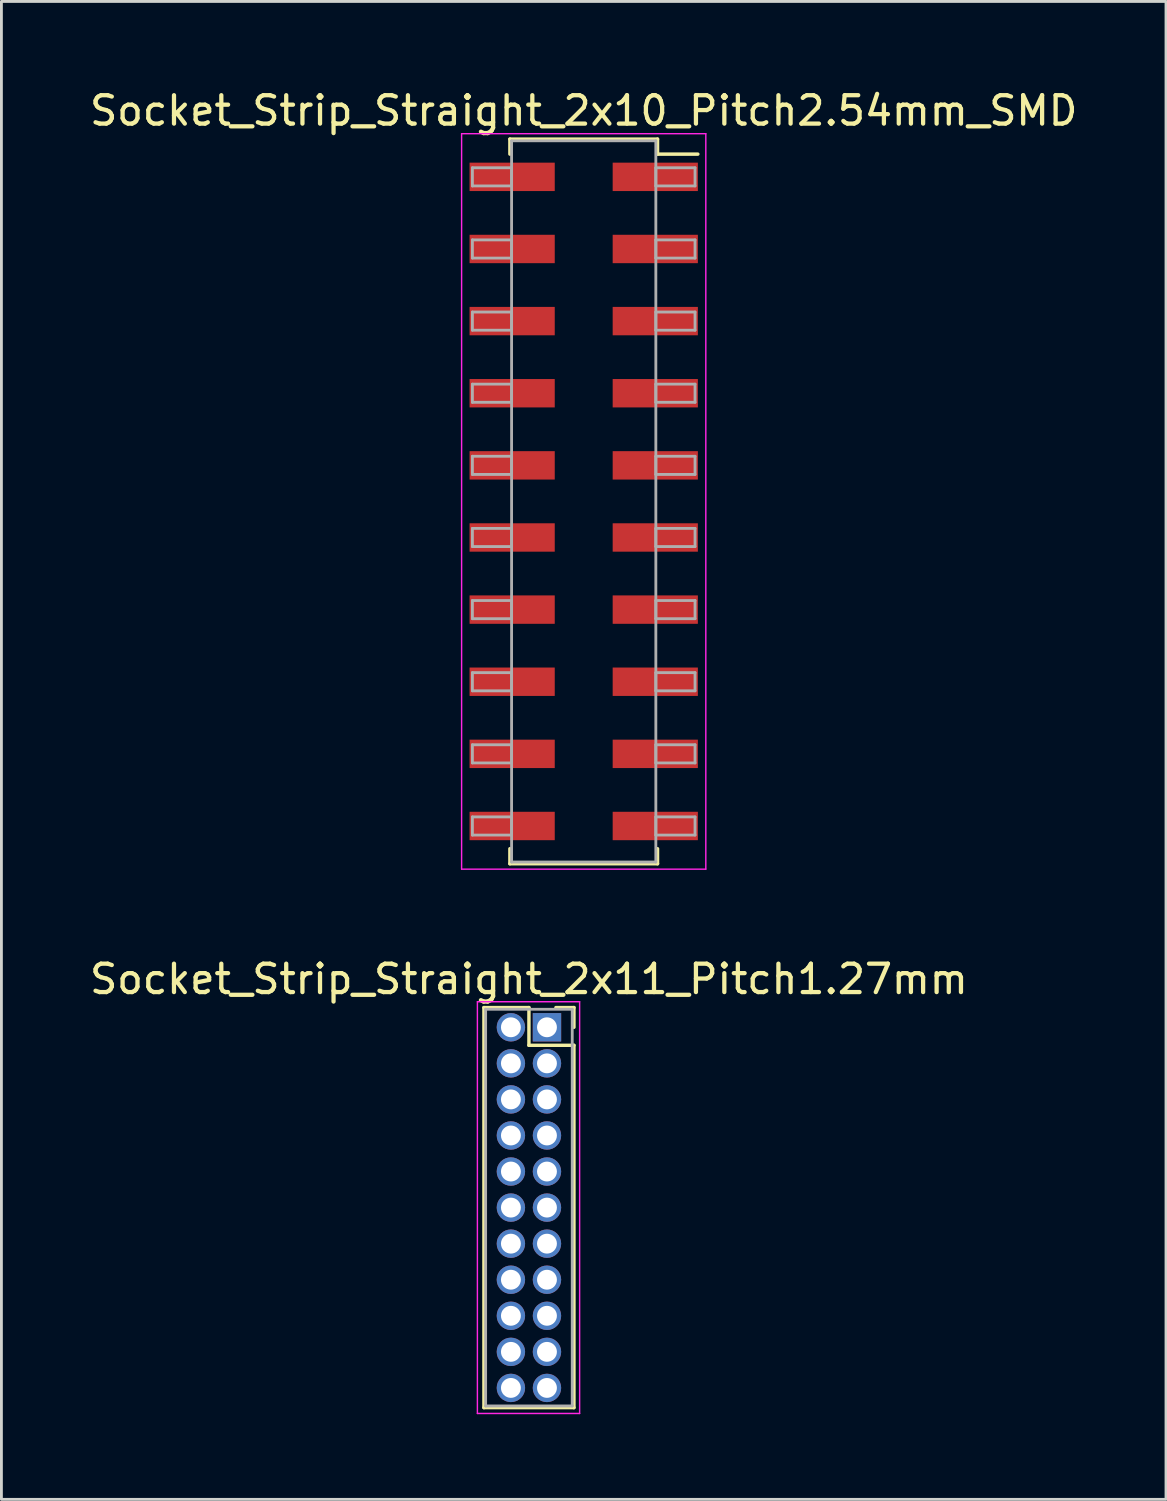
<source format=kicad_pcb>
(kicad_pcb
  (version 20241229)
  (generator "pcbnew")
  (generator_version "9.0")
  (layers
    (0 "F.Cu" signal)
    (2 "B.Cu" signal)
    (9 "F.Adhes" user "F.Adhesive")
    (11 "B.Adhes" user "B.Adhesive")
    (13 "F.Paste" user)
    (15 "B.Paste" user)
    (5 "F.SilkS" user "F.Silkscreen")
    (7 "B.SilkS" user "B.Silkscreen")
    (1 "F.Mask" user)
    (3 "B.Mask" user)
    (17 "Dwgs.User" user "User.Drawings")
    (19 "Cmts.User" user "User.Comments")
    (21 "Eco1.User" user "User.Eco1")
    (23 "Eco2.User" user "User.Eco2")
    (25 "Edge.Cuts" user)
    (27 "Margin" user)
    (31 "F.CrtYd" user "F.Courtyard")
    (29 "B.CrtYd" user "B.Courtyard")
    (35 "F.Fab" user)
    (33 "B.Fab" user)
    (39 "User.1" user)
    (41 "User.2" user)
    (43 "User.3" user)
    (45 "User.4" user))
  (footprint "Socket_Strip_Straight_2x11_Pitch1.27mm"
    (layer "F.Cu")
    (at 16.212 33.127)
    (property "Reference" "Socket_Strip_Straight_2x11_Pitch1.27mm" (at -0.635 -1.695 0) (layer "F.SilkS") (effects (font (size 1 1) (thickness 0.15))))
    (attr through_hole)
    (fp_line (start -2.22 -0.695) (end -0.635 -0.695) (stroke (width 0.12) (type solid)) (layer "F.SilkS"))
    (fp_line (start -2.22 13.395) (end -2.22 -0.695) (stroke (width 0.12) (type solid)) (layer "F.SilkS"))
    (fp_line (start -0.635 -0.695) (end -0.635 0.635) (stroke (width 0.12) (type solid)) (layer "F.SilkS"))
    (fp_line (start -0.635 0.635) (end 0.95 0.635) (stroke (width 0.12) (type solid)) (layer "F.SilkS"))
    (fp_line (start 0.95 -0.695) (end 0.315 -0.695) (stroke (width 0.12) (type solid)) (layer "F.SilkS"))
    (fp_line (start 0.95 0) (end 0.95 -0.695) (stroke (width 0.12) (type solid)) (layer "F.SilkS"))
    (fp_line (start 0.95 0.635) (end 0.95 13.395) (stroke (width 0.12) (type solid)) (layer "F.SilkS"))
    (fp_line (start 0.95 13.395) (end -2.22 13.395) (stroke (width 0.12) (type solid)) (layer "F.SilkS"))
    (fp_line (start -2.45 -0.9) (end -2.45 13.6) (stroke (width 0.05) (type solid)) (layer "F.CrtYd"))
    (fp_line (start -2.45 13.6) (end 1.15 13.6) (stroke (width 0.05) (type solid)) (layer "F.CrtYd"))
    (fp_line (start 1.15 -0.9) (end -2.45 -0.9) (stroke (width 0.05) (type solid)) (layer "F.CrtYd"))
    (fp_line (start 1.15 13.6) (end 1.15 -0.9) (stroke (width 0.05) (type solid)) (layer "F.CrtYd"))
    (fp_line (start -2.16 -0.635) (end -2.16 13.335) (stroke (width 0.1) (type solid)) (layer "F.Fab"))
    (fp_line (start -2.16 13.335) (end 0.89 13.335) (stroke (width 0.1) (type solid)) (layer "F.Fab"))
    (fp_line (start 0.89 -0.635) (end -2.16 -0.635) (stroke (width 0.1) (type solid)) (layer "F.Fab"))
    (fp_line (start 0.89 13.335) (end 0.89 -0.635) (stroke (width 0.1) (type solid)) (layer "F.Fab"))
    (pad "1" thru_hole rect (at 0 0) (size 1 1) (drill 0.7) (layers "*.Cu" "*.Mask"))
    (pad "2" thru_hole oval (at -1.27 0) (size 1 1) (drill 0.7) (layers "*.Cu" "*.Mask"))
    (pad "3" thru_hole oval (at 0 1.27) (size 1 1) (drill 0.7) (layers "*.Cu" "*.Mask"))
    (pad "4" thru_hole oval (at -1.27 1.27) (size 1 1) (drill 0.7) (layers "*.Cu" "*.Mask"))
    (pad "5" thru_hole oval (at 0 2.54) (size 1 1) (drill 0.7) (layers "*.Cu" "*.Mask"))
    (pad "6" thru_hole oval (at -1.27 2.54) (size 1 1) (drill 0.7) (layers "*.Cu" "*.Mask"))
    (pad "7" thru_hole oval (at 0 3.81) (size 1 1) (drill 0.7) (layers "*.Cu" "*.Mask"))
    (pad "8" thru_hole oval (at -1.27 3.81) (size 1 1) (drill 0.7) (layers "*.Cu" "*.Mask"))
    (pad "9" thru_hole oval (at 0 5.08) (size 1 1) (drill 0.7) (layers "*.Cu" "*.Mask"))
    (pad "10" thru_hole oval (at -1.27 5.08) (size 1 1) (drill 0.7) (layers "*.Cu" "*.Mask"))
    (pad "11" thru_hole oval (at 0 6.35) (size 1 1) (drill 0.7) (layers "*.Cu" "*.Mask"))
    (pad "12" thru_hole oval (at -1.27 6.35) (size 1 1) (drill 0.7) (layers "*.Cu" "*.Mask"))
    (pad "13" thru_hole oval (at 0 7.62) (size 1 1) (drill 0.7) (layers "*.Cu" "*.Mask"))
    (pad "14" thru_hole oval (at -1.27 7.62) (size 1 1) (drill 0.7) (layers "*.Cu" "*.Mask"))
    (pad "15" thru_hole oval (at 0 8.89) (size 1 1) (drill 0.7) (layers "*.Cu" "*.Mask"))
    (pad "16" thru_hole oval (at -1.27 8.89) (size 1 1) (drill 0.7) (layers "*.Cu" "*.Mask"))
    (pad "17" thru_hole oval (at 0 10.16) (size 1 1) (drill 0.7) (layers "*.Cu" "*.Mask"))
    (pad "18" thru_hole oval (at -1.27 10.16) (size 1 1) (drill 0.7) (layers "*.Cu" "*.Mask"))
    (pad "19" thru_hole oval (at 0 11.43) (size 1 1) (drill 0.7) (layers "*.Cu" "*.Mask"))
    (pad "20" thru_hole oval (at -1.27 11.43) (size 1 1) (drill 0.7) (layers "*.Cu" "*.Mask"))
    (pad "21" thru_hole oval (at 0 12.7) (size 1 1) (drill 0.7) (layers "*.Cu" "*.Mask"))
    (pad "22" thru_hole oval (at -1.27 12.7) (size 1 1) (drill 0.7) (layers "*.Cu" "*.Mask")))
  (footprint "Socket_Strip_Straight_2x10_Pitch2.54mm_SMD"
    (layer "F.Cu")
    (at 17.506 14.608)
    (property "Reference" "Socket_Strip_Straight_2x10_Pitch2.54mm_SMD" (at 0 -13.76 0) (layer "F.SilkS") (effects (font (size 1 1) (thickness 0.15))))
    (attr smd)
    (fp_line (start -2.6 -12.76) (end 2.6 -12.76) (stroke (width 0.12) (type solid)) (layer "F.SilkS"))
    (fp_line (start -2.6 -12.23) (end -2.6 -12.76) (stroke (width 0.12) (type solid)) (layer "F.SilkS"))
    (fp_line (start -2.6 12.23) (end -2.6 12.76) (stroke (width 0.12) (type solid)) (layer "F.SilkS"))
    (fp_line (start -2.6 12.76) (end 2.6 12.76) (stroke (width 0.12) (type solid)) (layer "F.SilkS"))
    (fp_line (start 2.6 -12.76) (end 2.6 -12.23) (stroke (width 0.12) (type solid)) (layer "F.SilkS"))
    (fp_line (start 2.6 12.76) (end 2.6 12.23) (stroke (width 0.12) (type solid)) (layer "F.SilkS"))
    (fp_line (start 4.02 -12.23) (end 2.6 -12.23) (stroke (width 0.12) (type solid)) (layer "F.SilkS"))
    (fp_line (start -4.3 -12.95) (end -4.3 12.95) (stroke (width 0.05) (type solid)) (layer "F.CrtYd"))
    (fp_line (start -4.3 12.95) (end 4.3 12.95) (stroke (width 0.05) (type solid)) (layer "F.CrtYd"))
    (fp_line (start 4.3 -12.95) (end -4.3 -12.95) (stroke (width 0.05) (type solid)) (layer "F.CrtYd"))
    (fp_line (start 4.3 12.95) (end 4.3 -12.95) (stroke (width 0.05) (type solid)) (layer "F.CrtYd"))
    (fp_line (start -3.92 -11.75) (end -2.54 -11.75) (stroke (width 0.1) (type solid)) (layer "F.Fab"))
    (fp_line (start -3.92 -11.11) (end -3.92 -11.75) (stroke (width 0.1) (type solid)) (layer "F.Fab"))
    (fp_line (start -3.92 -9.21) (end -2.54 -9.21) (stroke (width 0.1) (type solid)) (layer "F.Fab"))
    (fp_line (start -3.92 -8.57) (end -3.92 -9.21) (stroke (width 0.1) (type solid)) (layer "F.Fab"))
    (fp_line (start -3.92 -6.67) (end -2.54 -6.67) (stroke (width 0.1) (type solid)) (layer "F.Fab"))
    (fp_line (start -3.92 -6.03) (end -3.92 -6.67) (stroke (width 0.1) (type solid)) (layer "F.Fab"))
    (fp_line (start -3.92 -4.13) (end -2.54 -4.13) (stroke (width 0.1) (type solid)) (layer "F.Fab"))
    (fp_line (start -3.92 -3.49) (end -3.92 -4.13) (stroke (width 0.1) (type solid)) (layer "F.Fab"))
    (fp_line (start -3.92 -1.59) (end -2.54 -1.59) (stroke (width 0.1) (type solid)) (layer "F.Fab"))
    (fp_line (start -3.92 -0.95) (end -3.92 -1.59) (stroke (width 0.1) (type solid)) (layer "F.Fab"))
    (fp_line (start -3.92 0.95) (end -2.54 0.95) (stroke (width 0.1) (type solid)) (layer "F.Fab"))
    (fp_line (start -3.92 1.59) (end -3.92 0.95) (stroke (width 0.1) (type solid)) (layer "F.Fab"))
    (fp_line (start -3.92 3.49) (end -2.54 3.49) (stroke (width 0.1) (type solid)) (layer "F.Fab"))
    (fp_line (start -3.92 4.13) (end -3.92 3.49) (stroke (width 0.1) (type solid)) (layer "F.Fab"))
    (fp_line (start -3.92 6.03) (end -2.54 6.03) (stroke (width 0.1) (type solid)) (layer "F.Fab"))
    (fp_line (start -3.92 6.67) (end -3.92 6.03) (stroke (width 0.1) (type solid)) (layer "F.Fab"))
    (fp_line (start -3.92 8.57) (end -2.54 8.57) (stroke (width 0.1) (type solid)) (layer "F.Fab"))
    (fp_line (start -3.92 9.21) (end -3.92 8.57) (stroke (width 0.1) (type solid)) (layer "F.Fab"))
    (fp_line (start -3.92 11.11) (end -2.54 11.11) (stroke (width 0.1) (type solid)) (layer "F.Fab"))
    (fp_line (start -3.92 11.75) (end -3.92 11.11) (stroke (width 0.1) (type solid)) (layer "F.Fab"))
    (fp_line (start -2.54 -12.7) (end -2.54 12.7) (stroke (width 0.1) (type solid)) (layer "F.Fab"))
    (fp_line (start -2.54 -11.75) (end -2.54 -11.11) (stroke (width 0.1) (type solid)) (layer "F.Fab"))
    (fp_line (start -2.54 -11.11) (end -3.92 -11.11) (stroke (width 0.1) (type solid)) (layer "F.Fab"))
    (fp_line (start -2.54 -9.21) (end -2.54 -8.57) (stroke (width 0.1) (type solid)) (layer "F.Fab"))
    (fp_line (start -2.54 -8.57) (end -3.92 -8.57) (stroke (width 0.1) (type solid)) (layer "F.Fab"))
    (fp_line (start -2.54 -6.67) (end -2.54 -6.03) (stroke (width 0.1) (type solid)) (layer "F.Fab"))
    (fp_line (start -2.54 -6.03) (end -3.92 -6.03) (stroke (width 0.1) (type solid)) (layer "F.Fab"))
    (fp_line (start -2.54 -4.13) (end -2.54 -3.49) (stroke (width 0.1) (type solid)) (layer "F.Fab"))
    (fp_line (start -2.54 -3.49) (end -3.92 -3.49) (stroke (width 0.1) (type solid)) (layer "F.Fab"))
    (fp_line (start -2.54 -1.59) (end -2.54 -0.95) (stroke (width 0.1) (type solid)) (layer "F.Fab"))
    (fp_line (start -2.54 -0.95) (end -3.92 -0.95) (stroke (width 0.1) (type solid)) (layer "F.Fab"))
    (fp_line (start -2.54 0.95) (end -2.54 1.59) (stroke (width 0.1) (type solid)) (layer "F.Fab"))
    (fp_line (start -2.54 1.59) (end -3.92 1.59) (stroke (width 0.1) (type solid)) (layer "F.Fab"))
    (fp_line (start -2.54 3.49) (end -2.54 4.13) (stroke (width 0.1) (type solid)) (layer "F.Fab"))
    (fp_line (start -2.54 4.13) (end -3.92 4.13) (stroke (width 0.1) (type solid)) (layer "F.Fab"))
    (fp_line (start -2.54 6.03) (end -2.54 6.67) (stroke (width 0.1) (type solid)) (layer "F.Fab"))
    (fp_line (start -2.54 6.67) (end -3.92 6.67) (stroke (width 0.1) (type solid)) (layer "F.Fab"))
    (fp_line (start -2.54 8.57) (end -2.54 9.21) (stroke (width 0.1) (type solid)) (layer "F.Fab"))
    (fp_line (start -2.54 9.21) (end -3.92 9.21) (stroke (width 0.1) (type solid)) (layer "F.Fab"))
    (fp_line (start -2.54 11.11) (end -2.54 11.75) (stroke (width 0.1) (type solid)) (layer "F.Fab"))
    (fp_line (start -2.54 11.75) (end -3.92 11.75) (stroke (width 0.1) (type solid)) (layer "F.Fab"))
    (fp_line (start -2.54 12.7) (end 2.54 12.7) (stroke (width 0.1) (type solid)) (layer "F.Fab"))
    (fp_line (start 2.54 -12.7) (end -2.54 -12.7) (stroke (width 0.1) (type solid)) (layer "F.Fab"))
    (fp_line (start 2.54 -11.75) (end 2.54 -11.11) (stroke (width 0.1) (type solid)) (layer "F.Fab"))
    (fp_line (start 2.54 -11.11) (end 3.92 -11.11) (stroke (width 0.1) (type solid)) (layer "F.Fab"))
    (fp_line (start 2.54 -9.21) (end 2.54 -8.57) (stroke (width 0.1) (type solid)) (layer "F.Fab"))
    (fp_line (start 2.54 -8.57) (end 3.92 -8.57) (stroke (width 0.1) (type solid)) (layer "F.Fab"))
    (fp_line (start 2.54 -6.67) (end 2.54 -6.03) (stroke (width 0.1) (type solid)) (layer "F.Fab"))
    (fp_line (start 2.54 -6.03) (end 3.92 -6.03) (stroke (width 0.1) (type solid)) (layer "F.Fab"))
    (fp_line (start 2.54 -4.13) (end 2.54 -3.49) (stroke (width 0.1) (type solid)) (layer "F.Fab"))
    (fp_line (start 2.54 -3.49) (end 3.92 -3.49) (stroke (width 0.1) (type solid)) (layer "F.Fab"))
    (fp_line (start 2.54 -1.59) (end 2.54 -0.95) (stroke (width 0.1) (type solid)) (layer "F.Fab"))
    (fp_line (start 2.54 -0.95) (end 3.92 -0.95) (stroke (width 0.1) (type solid)) (layer "F.Fab"))
    (fp_line (start 2.54 0.95) (end 2.54 1.59) (stroke (width 0.1) (type solid)) (layer "F.Fab"))
    (fp_line (start 2.54 1.59) (end 3.92 1.59) (stroke (width 0.1) (type solid)) (layer "F.Fab"))
    (fp_line (start 2.54 3.49) (end 2.54 4.13) (stroke (width 0.1) (type solid)) (layer "F.Fab"))
    (fp_line (start 2.54 4.13) (end 3.92 4.13) (stroke (width 0.1) (type solid)) (layer "F.Fab"))
    (fp_line (start 2.54 6.03) (end 2.54 6.67) (stroke (width 0.1) (type solid)) (layer "F.Fab"))
    (fp_line (start 2.54 6.67) (end 3.92 6.67) (stroke (width 0.1) (type solid)) (layer "F.Fab"))
    (fp_line (start 2.54 8.57) (end 2.54 9.21) (stroke (width 0.1) (type solid)) (layer "F.Fab"))
    (fp_line (start 2.54 9.21) (end 3.92 9.21) (stroke (width 0.1) (type solid)) (layer "F.Fab"))
    (fp_line (start 2.54 11.11) (end 2.54 11.75) (stroke (width 0.1) (type solid)) (layer "F.Fab"))
    (fp_line (start 2.54 11.75) (end 3.92 11.75) (stroke (width 0.1) (type solid)) (layer "F.Fab"))
    (fp_line (start 2.54 12.7) (end 2.54 -12.7) (stroke (width 0.1) (type solid)) (layer "F.Fab"))
    (fp_line (start 3.92 -11.75) (end 2.54 -11.75) (stroke (width 0.1) (type solid)) (layer "F.Fab"))
    (fp_line (start 3.92 -11.11) (end 3.92 -11.75) (stroke (width 0.1) (type solid)) (layer "F.Fab"))
    (fp_line (start 3.92 -9.21) (end 2.54 -9.21) (stroke (width 0.1) (type solid)) (layer "F.Fab"))
    (fp_line (start 3.92 -8.57) (end 3.92 -9.21) (stroke (width 0.1) (type solid)) (layer "F.Fab"))
    (fp_line (start 3.92 -6.67) (end 2.54 -6.67) (stroke (width 0.1) (type solid)) (layer "F.Fab"))
    (fp_line (start 3.92 -6.03) (end 3.92 -6.67) (stroke (width 0.1) (type solid)) (layer "F.Fab"))
    (fp_line (start 3.92 -4.13) (end 2.54 -4.13) (stroke (width 0.1) (type solid)) (layer "F.Fab"))
    (fp_line (start 3.92 -3.49) (end 3.92 -4.13) (stroke (width 0.1) (type solid)) (layer "F.Fab"))
    (fp_line (start 3.92 -1.59) (end 2.54 -1.59) (stroke (width 0.1) (type solid)) (layer "F.Fab"))
    (fp_line (start 3.92 -0.95) (end 3.92 -1.59) (stroke (width 0.1) (type solid)) (layer "F.Fab"))
    (fp_line (start 3.92 0.95) (end 2.54 0.95) (stroke (width 0.1) (type solid)) (layer "F.Fab"))
    (fp_line (start 3.92 1.59) (end 3.92 0.95) (stroke (width 0.1) (type solid)) (layer "F.Fab"))
    (fp_line (start 3.92 3.49) (end 2.54 3.49) (stroke (width 0.1) (type solid)) (layer "F.Fab"))
    (fp_line (start 3.92 4.13) (end 3.92 3.49) (stroke (width 0.1) (type solid)) (layer "F.Fab"))
    (fp_line (start 3.92 6.03) (end 2.54 6.03) (stroke (width 0.1) (type solid)) (layer "F.Fab"))
    (fp_line (start 3.92 6.67) (end 3.92 6.03) (stroke (width 0.1) (type solid)) (layer "F.Fab"))
    (fp_line (start 3.92 8.57) (end 2.54 8.57) (stroke (width 0.1) (type solid)) (layer "F.Fab"))
    (fp_line (start 3.92 9.21) (end 3.92 8.57) (stroke (width 0.1) (type solid)) (layer "F.Fab"))
    (fp_line (start 3.92 11.11) (end 2.54 11.11) (stroke (width 0.1) (type solid)) (layer "F.Fab"))
    (fp_line (start 3.92 11.75) (end 3.92 11.11) (stroke (width 0.1) (type solid)) (layer "F.Fab"))
    (pad "1" smd rect (at 2.52 -11.43) (size 3 1) (layers "F.Cu" "F.Mask"))
    (pad "2" smd rect (at -2.52 -11.43) (size 3 1) (layers "F.Cu" "F.Mask"))
    (pad "3" smd rect (at 2.52 -8.89) (size 3 1) (layers "F.Cu" "F.Mask"))
    (pad "4" smd rect (at -2.52 -8.89) (size 3 1) (layers "F.Cu" "F.Mask"))
    (pad "5" smd rect (at 2.52 -6.35) (size 3 1) (layers "F.Cu" "F.Mask"))
    (pad "6" smd rect (at -2.52 -6.35) (size 3 1) (layers "F.Cu" "F.Mask"))
    (pad "7" smd rect (at 2.52 -3.81) (size 3 1) (layers "F.Cu" "F.Mask"))
    (pad "8" smd rect (at -2.52 -3.81) (size 3 1) (layers "F.Cu" "F.Mask"))
    (pad "9" smd rect (at 2.52 -1.27) (size 3 1) (layers "F.Cu" "F.Mask"))
    (pad "10" smd rect (at -2.52 -1.27) (size 3 1) (layers "F.Cu" "F.Mask"))
    (pad "11" smd rect (at 2.52 1.27) (size 3 1) (layers "F.Cu" "F.Mask"))
    (pad "12" smd rect (at -2.52 1.27) (size 3 1) (layers "F.Cu" "F.Mask"))
    (pad "13" smd rect (at 2.52 3.81) (size 3 1) (layers "F.Cu" "F.Mask"))
    (pad "14" smd rect (at -2.52 3.81) (size 3 1) (layers "F.Cu" "F.Mask"))
    (pad "15" smd rect (at 2.52 6.35) (size 3 1) (layers "F.Cu" "F.Mask"))
    (pad "16" smd rect (at -2.52 6.35) (size 3 1) (layers "F.Cu" "F.Mask"))
    (pad "17" smd rect (at 2.52 8.89) (size 3 1) (layers "F.Cu" "F.Mask"))
    (pad "18" smd rect (at -2.52 8.89) (size 3 1) (layers "F.Cu" "F.Mask"))
    (pad "19" smd rect (at 2.52 11.43) (size 3 1) (layers "F.Cu" "F.Mask"))
    (pad "20" smd rect (at -2.52 11.43) (size 3 1) (layers "F.Cu" "F.Mask")))
  (gr_rect
    (start -3 -3)
    (end 38.012 49.752)
    (stroke (width 0.1) (type default))
    (fill no)
    (layer "Edge.Cuts")))
</source>
